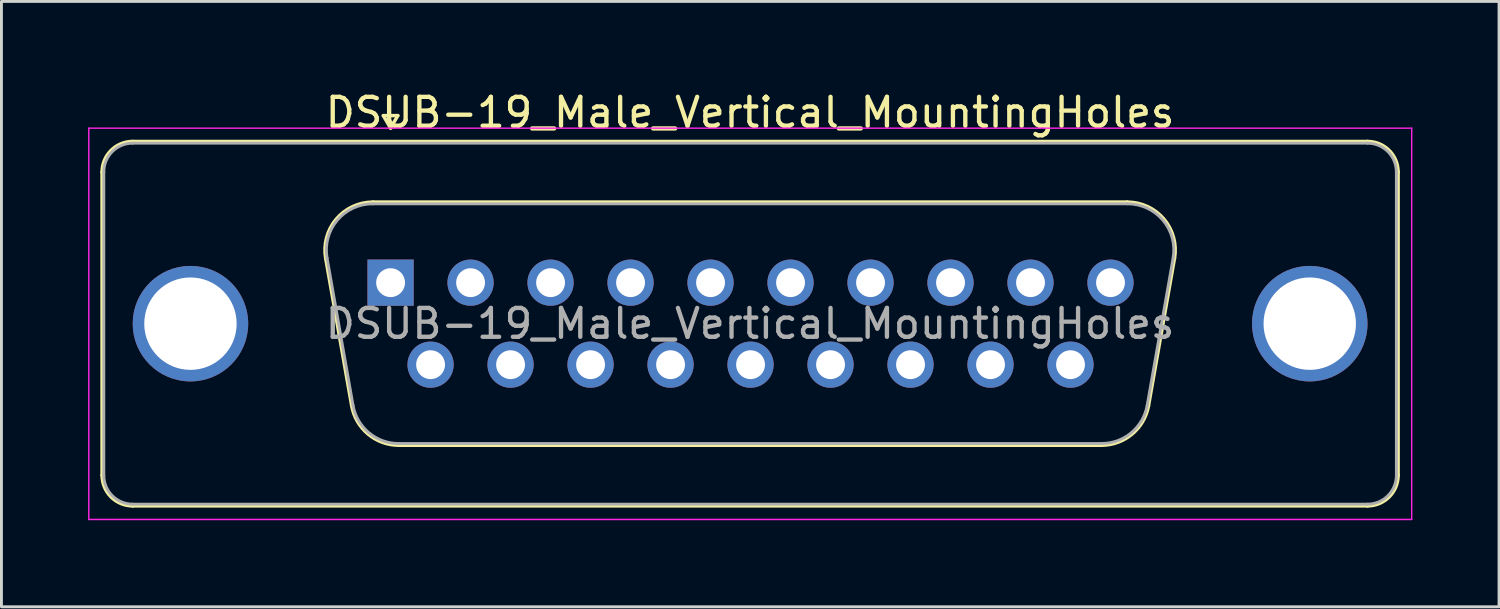
<source format=kicad_pcb>
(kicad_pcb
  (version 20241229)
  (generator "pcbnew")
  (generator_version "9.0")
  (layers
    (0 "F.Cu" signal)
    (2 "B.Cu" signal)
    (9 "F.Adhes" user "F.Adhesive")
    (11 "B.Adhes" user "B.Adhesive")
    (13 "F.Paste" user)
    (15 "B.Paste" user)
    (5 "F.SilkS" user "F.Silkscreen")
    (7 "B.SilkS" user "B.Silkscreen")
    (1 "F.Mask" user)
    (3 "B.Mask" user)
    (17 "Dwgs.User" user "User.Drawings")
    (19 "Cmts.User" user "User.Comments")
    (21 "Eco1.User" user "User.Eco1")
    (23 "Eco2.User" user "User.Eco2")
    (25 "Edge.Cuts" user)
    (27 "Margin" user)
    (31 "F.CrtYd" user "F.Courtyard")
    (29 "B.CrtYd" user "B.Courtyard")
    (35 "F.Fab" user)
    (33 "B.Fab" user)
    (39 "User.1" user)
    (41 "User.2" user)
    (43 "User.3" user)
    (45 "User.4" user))
  (footprint "DSUB-19_Male_Vertical_MountingHoles"
    (layer "F.Cu")
    (at 10.475 6.738)
    (property "Reference" "DSUB-19_Male_Vertical_MountingHoles" (at 12.45 -5.89 0) (layer "F.SilkS") (effects (font (size 1 1) (thickness 0.15))))
    (attr through_hole)
    (fp_line (start -9.99 6.67) (end -9.99 -3.83) (stroke (width 0.12) (type solid)) (layer "F.SilkS"))
    (fp_line (start -8.93 -4.89) (end 33.83 -4.89) (stroke (width 0.12) (type solid)) (layer "F.SilkS"))
    (fp_line (start -2.246 -0.842) (end -1.347 4.258) (stroke (width 0.12) (type solid)) (layer "F.SilkS"))
    (fp_line (start -0.612 -2.79) (end 25.512 -2.79) (stroke (width 0.12) (type solid)) (layer "F.SilkS"))
    (fp_line (start -0.25 -5.784) (end 0.25 -5.784) (stroke (width 0.12) (type solid)) (layer "F.SilkS"))
    (fp_line (start 0 -5.351) (end -0.25 -5.784) (stroke (width 0.12) (type solid)) (layer "F.SilkS"))
    (fp_line (start 0.25 -5.784) (end 0 -5.351) (stroke (width 0.12) (type solid)) (layer "F.SilkS"))
    (fp_line (start 0.288 5.63) (end 24.624 5.63) (stroke (width 0.12) (type solid)) (layer "F.SilkS"))
    (fp_line (start 27.146 -0.842) (end 26.247 4.258) (stroke (width 0.12) (type solid)) (layer "F.SilkS"))
    (fp_line (start 33.83 7.73) (end -8.93 7.73) (stroke (width 0.12) (type solid)) (layer "F.SilkS"))
    (fp_line (start 34.89 -3.83) (end 34.89 6.67) (stroke (width 0.12) (type solid)) (layer "F.SilkS"))
    (fp_arc (start -9.99 -3.83) (mid -9.679533 -4.579533) (end -8.93 -4.89) (stroke (width 0.12) (type solid)) (layer "F.SilkS"))
    (fp_arc (start -8.93 7.73) (mid -9.679533 7.419533) (end -9.99 6.67) (stroke (width 0.12) (type solid)) (layer "F.SilkS"))
    (fp_arc (start -2.24647 -0.841744) (mid -1.883323 -2.197028) (end -0.611689 -2.79) (stroke (width 0.12) (type solid)) (layer "F.SilkS"))
    (fp_arc (start 0.287579 5.63) (mid -0.779448 5.241634) (end -1.347202 4.258256) (stroke (width 0.12) (type solid)) (layer "F.SilkS"))
    (fp_arc (start 25.511689 -2.79) (mid 26.783323 -2.197027) (end 27.14647 -0.841744) (stroke (width 0.12) (type solid)) (layer "F.SilkS"))
    (fp_arc (start 26.247202 4.258256) (mid 25.679449 5.241634) (end 24.612421 5.63) (stroke (width 0.12) (type solid)) (layer "F.SilkS"))
    (fp_arc (start 33.83 -4.89) (mid 34.579533 -4.579533) (end 34.89 -3.83) (stroke (width 0.12) (type solid)) (layer "F.SilkS"))
    (fp_arc (start 34.89 6.67) (mid 34.579533 7.419533) (end 33.83 7.73) (stroke (width 0.12) (type solid)) (layer "F.SilkS"))
    (fp_line (start -10.45 -5.35) (end -10.45 8.2) (stroke (width 0.05) (type solid)) (layer "F.CrtYd"))
    (fp_line (start -10.45 8.2) (end 35.36 8.2) (stroke (width 0.05) (type solid)) (layer "F.CrtYd"))
    (fp_line (start 35.36 -5.35) (end -10.45 -5.35) (stroke (width 0.05) (type solid)) (layer "F.CrtYd"))
    (fp_line (start 35.36 8.2) (end 35.36 -5.35) (stroke (width 0.05) (type solid)) (layer "F.CrtYd"))
    (fp_line (start -9.93 6.67) (end -9.93 -3.83) (stroke (width 0.1) (type solid)) (layer "F.Fab"))
    (fp_line (start -8.93 -4.83) (end 33.83 -4.83) (stroke (width 0.1) (type solid)) (layer "F.Fab"))
    (fp_line (start -2.199 -0.852) (end -1.3 4.248) (stroke (width 0.1) (type solid)) (layer "F.Fab"))
    (fp_line (start -0.623 -2.73) (end 25.512 -2.73) (stroke (width 0.1) (type solid)) (layer "F.Fab"))
    (fp_line (start 0.276 5.57) (end 24.624 5.57) (stroke (width 0.1) (type solid)) (layer "F.Fab"))
    (fp_line (start 27.099 -0.852) (end 26.2 4.248) (stroke (width 0.1) (type solid)) (layer "F.Fab"))
    (fp_line (start 33.83 7.67) (end -8.93 7.67) (stroke (width 0.1) (type solid)) (layer "F.Fab"))
    (fp_line (start 34.83 -3.83) (end 34.83 6.67) (stroke (width 0.1) (type solid)) (layer "F.Fab"))
    (fp_arc (start -9.93 -3.83) (mid -9.637107 -4.537107) (end -8.93 -4.83) (stroke (width 0.1) (type solid)) (layer "F.Fab"))
    (fp_arc (start -8.93 7.67) (mid -9.637107 7.377107) (end -9.93 6.67) (stroke (width 0.1) (type solid)) (layer "F.Fab"))
    (fp_arc (start -2.198886 -0.852163) (mid -1.848865 -2.15846) (end -0.623194 -2.73) (stroke (width 0.1) (type solid)) (layer "F.Fab"))
    (fp_arc (start 0.276073 5.57) (mid -0.752387 5.195671) (end -1.299619 4.247837) (stroke (width 0.1) (type solid)) (layer "F.Fab"))
    (fp_arc (start 25.523194 -2.73) (mid 26.748865 -2.15846) (end 27.098886 -0.852163) (stroke (width 0.1) (type solid)) (layer "F.Fab"))
    (fp_arc (start 26.199619 4.247837) (mid 25.652387 5.195671) (end 24.623927 5.57) (stroke (width 0.1) (type solid)) (layer "F.Fab"))
    (fp_arc (start 33.83 -4.83) (mid 34.537107 -4.537107) (end 34.83 -3.83) (stroke (width 0.1) (type solid)) (layer "F.Fab"))
    (fp_arc (start 34.83 6.67) (mid 34.537107 7.377107) (end 33.83 7.67) (stroke (width 0.1) (type solid)) (layer "F.Fab"))
    (fp_text user "${REFERENCE}" (at 12.45 1.42 0) (layer "F.Fab") (effects (font (size 1 1) (thickness 0.15))))
    (pad "0" thru_hole circle (at -6.93 1.42) (size 4 4) (drill 3.2) (layers "*.Cu" "*.Mask"))
    (pad "0" thru_hole circle (at 31.83 1.42) (size 4 4) (drill 3.2) (layers "*.Cu" "*.Mask"))
    (pad "1" thru_hole rect (at 0 0) (size 1.6 1.6) (drill 1) (layers "*.Cu" "*.Mask"))
    (pad "2" thru_hole circle (at 2.77 0) (size 1.6 1.6) (drill 1) (layers "*.Cu" "*.Mask"))
    (pad "3" thru_hole circle (at 5.54 0) (size 1.6 1.6) (drill 1) (layers "*.Cu" "*.Mask"))
    (pad "4" thru_hole circle (at 8.31 0) (size 1.6 1.6) (drill 1) (layers "*.Cu" "*.Mask"))
    (pad "5" thru_hole circle (at 11.08 0) (size 1.6 1.6) (drill 1) (layers "*.Cu" "*.Mask"))
    (pad "6" thru_hole circle (at 13.85 0) (size 1.6 1.6) (drill 1) (layers "*.Cu" "*.Mask"))
    (pad "7" thru_hole circle (at 16.62 0) (size 1.6 1.6) (drill 1) (layers "*.Cu" "*.Mask"))
    (pad "8" thru_hole circle (at 19.39 0) (size 1.6 1.6) (drill 1) (layers "*.Cu" "*.Mask"))
    (pad "9" thru_hole circle (at 22.16 0) (size 1.6 1.6) (drill 1) (layers "*.Cu" "*.Mask"))
    (pad "10" thru_hole circle (at 24.93 0) (size 1.6 1.6) (drill 1) (layers "*.Cu" "*.Mask"))
    (pad "11" thru_hole circle (at 1.385 2.84) (size 1.6 1.6) (drill 1) (layers "*.Cu" "*.Mask"))
    (pad "12" thru_hole circle (at 4.155 2.84) (size 1.6 1.6) (drill 1) (layers "*.Cu" "*.Mask"))
    (pad "13" thru_hole circle (at 6.925 2.84) (size 1.6 1.6) (drill 1) (layers "*.Cu" "*.Mask"))
    (pad "14" thru_hole circle (at 9.695 2.84) (size 1.6 1.6) (drill 1) (layers "*.Cu" "*.Mask"))
    (pad "15" thru_hole circle (at 12.465 2.84) (size 1.6 1.6) (drill 1) (layers "*.Cu" "*.Mask"))
    (pad "16" thru_hole circle (at 15.235 2.84) (size 1.6 1.6) (drill 1) (layers "*.Cu" "*.Mask"))
    (pad "17" thru_hole circle (at 18.005 2.84) (size 1.6 1.6) (drill 1) (layers "*.Cu" "*.Mask"))
    (pad "18" thru_hole circle (at 20.775 2.84) (size 1.6 1.6) (drill 1) (layers "*.Cu" "*.Mask"))
    (pad "19" thru_hole circle (at 23.545 2.84) (size 1.6 1.6) (drill 1) (layers "*.Cu" "*.Mask")))
  (gr_rect
    (start -3 -3)
    (end 48.86 17.963)
    (stroke (width 0.1) (type default))
    (fill no)
    (layer "Edge.Cuts")))
</source>
